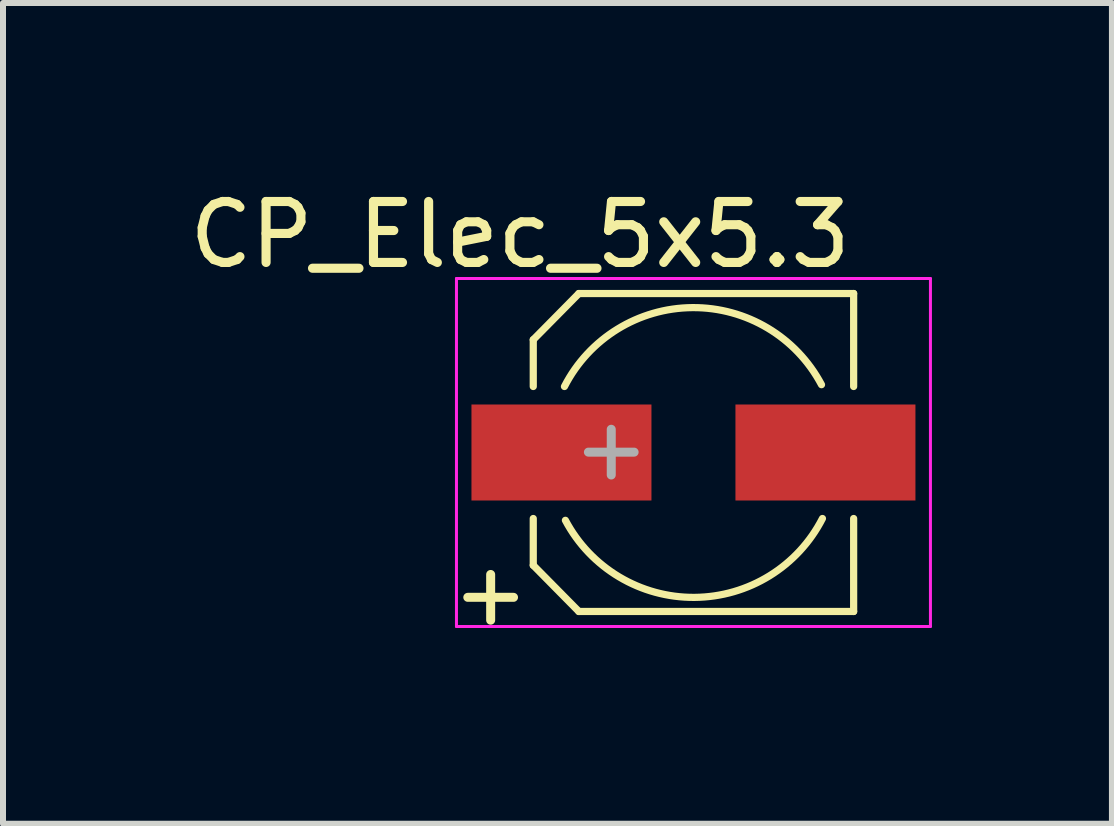
<source format=kicad_pcb>
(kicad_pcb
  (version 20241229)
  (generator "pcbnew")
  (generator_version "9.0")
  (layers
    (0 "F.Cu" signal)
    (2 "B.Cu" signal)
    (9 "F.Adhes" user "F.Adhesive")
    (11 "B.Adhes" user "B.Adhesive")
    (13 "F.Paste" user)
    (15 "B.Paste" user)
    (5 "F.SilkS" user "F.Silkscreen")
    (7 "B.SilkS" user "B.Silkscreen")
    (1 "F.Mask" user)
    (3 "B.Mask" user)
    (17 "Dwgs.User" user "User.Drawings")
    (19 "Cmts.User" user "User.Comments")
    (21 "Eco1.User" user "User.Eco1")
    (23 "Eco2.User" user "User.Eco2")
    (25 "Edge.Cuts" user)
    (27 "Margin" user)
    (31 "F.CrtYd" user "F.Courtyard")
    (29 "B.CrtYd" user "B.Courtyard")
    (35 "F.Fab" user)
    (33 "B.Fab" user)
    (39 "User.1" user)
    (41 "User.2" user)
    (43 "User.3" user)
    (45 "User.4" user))
  (footprint "CP_Elec_5x5.3"
    (layer "F.Cu")
    (at 8.508 4.492)
    (property "Reference" "CP_Elec_5x5.3" (at -2.89 -3.63 0) (layer "F.SilkS") (effects (font (size 1.016 1.016) (thickness 0.152))))
    (attr smd)
    (fp_line (start -2.67 -1.88) (end -2.67 -1.1) (stroke (width 0.12) (type solid)) (layer "F.SilkS"))
    (fp_line (start -2.67 1.88) (end -2.67 1.1) (stroke (width 0.12) (type solid)) (layer "F.SilkS"))
    (fp_line (start -2.67 1.88) (end -1.91 2.65) (stroke (width 0.12) (type solid)) (layer "F.SilkS"))
    (fp_line (start -1.91 -2.65) (end -2.67 -1.88) (stroke (width 0.12) (type solid)) (layer "F.SilkS"))
    (fp_line (start -1.91 2.65) (end 2.67 2.65) (stroke (width 0.12) (type solid)) (layer "F.SilkS"))
    (fp_line (start 2.67 -2.65) (end -1.91 -2.65) (stroke (width 0.12) (type solid)) (layer "F.SilkS"))
    (fp_line (start 2.67 -2.65) (end 2.67 -1.1) (stroke (width 0.12) (type solid)) (layer "F.SilkS"))
    (fp_line (start 2.67 2.65) (end 2.67 1.1) (stroke (width 0.12) (type solid)) (layer "F.SilkS"))
    (fp_arc (start -2.15 -1.1) (mid -0.017048 -2.414997) (end 2.134257 -1.130243) (stroke (width 0.12) (type solid)) (layer "F.SilkS"))
    (fp_arc (start 2.15 1.1) (mid 0.017048 2.414997) (end -2.134257 1.130243) (stroke (width 0.12) (type solid)) (layer "F.SilkS"))
    (fp_line (start -3.95 -2.9) (end -3.95 2.9) (stroke (width 0.05) (type solid)) (layer "F.CrtYd"))
    (fp_line (start -3.95 2.9) (end 3.95 2.9) (stroke (width 0.05) (type solid)) (layer "F.CrtYd"))
    (fp_line (start 3.95 -2.9) (end -3.95 -2.9) (stroke (width 0.05) (type solid)) (layer "F.CrtYd"))
    (fp_line (start 3.95 2.9) (end 3.95 -2.9) (stroke (width 0.05) (type solid)) (layer "F.CrtYd"))
    (fp_text user "+" (at -3.38 2.34 0) (layer "F.SilkS") (effects (font (size 1 1) (thickness 0.15))))
    (fp_text user "+" (at -1.37 -0.08 0) (layer "F.Fab") (effects (font (size 1 1) (thickness 0.15))))
    (pad "1" smd rect (at -2.2 0 180) (size 3 1.6) (layers "F.Cu" "F.Mask" "F.Paste"))
    (pad "2" smd rect (at 2.2 0 180) (size 3 1.6) (layers "F.Cu" "F.Mask" "F.Paste")))
  (gr_rect
    (start -3 -3)
    (end 15.483 10.68)
    (stroke (width 0.1) (type default))
    (fill no)
    (layer "Edge.Cuts")))
</source>
